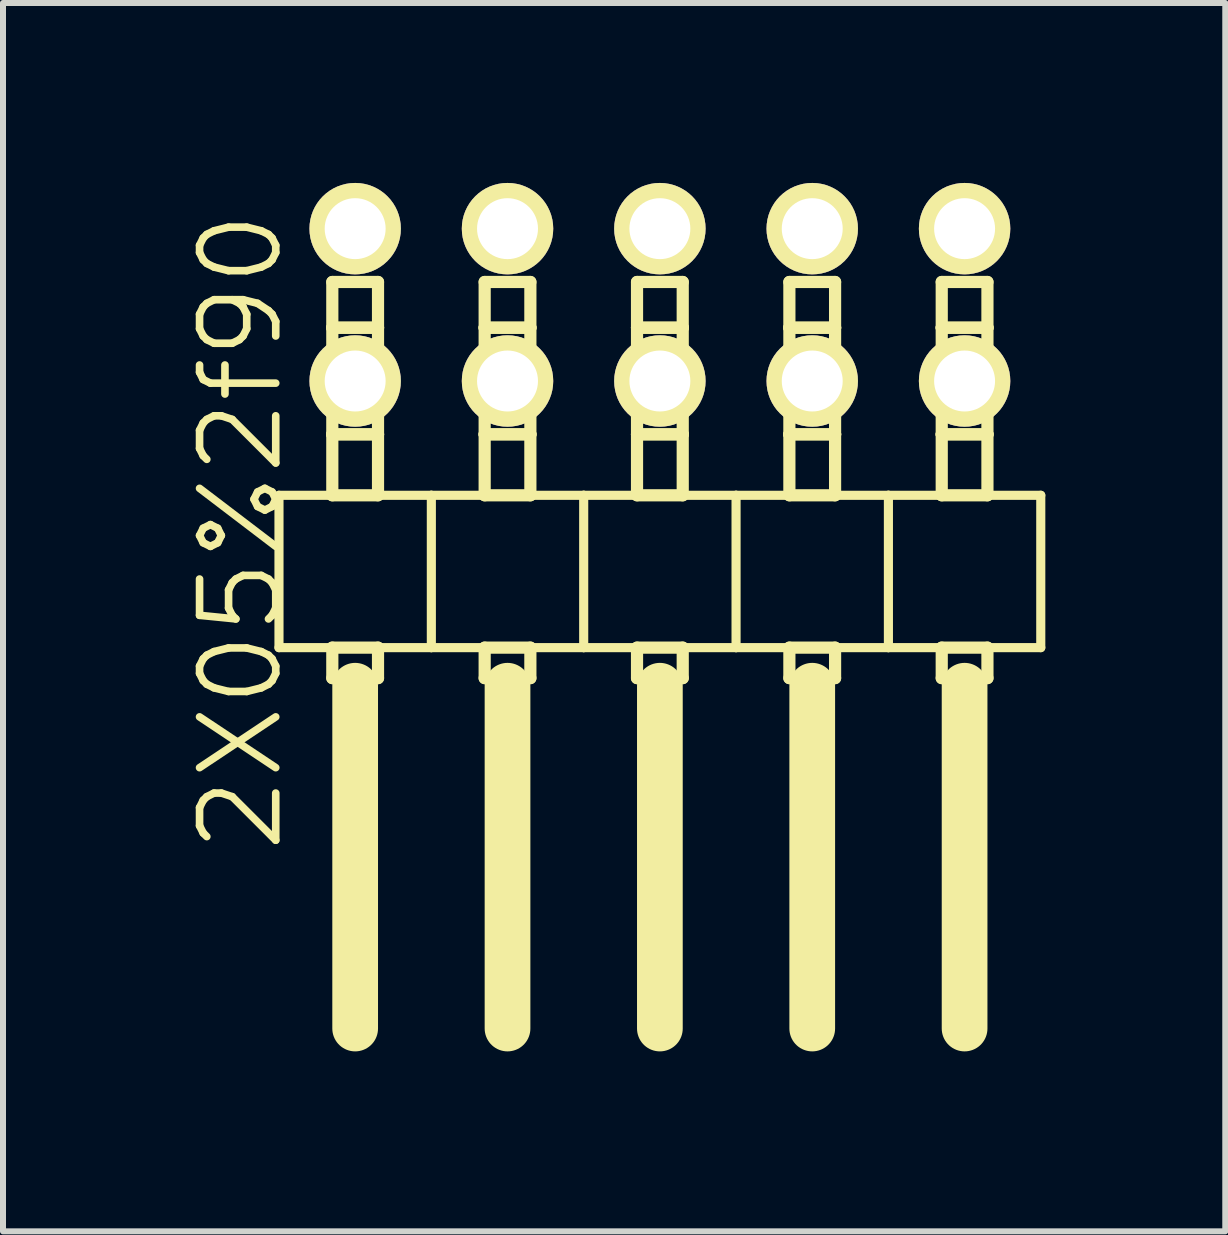
<source format=kicad_pcb>
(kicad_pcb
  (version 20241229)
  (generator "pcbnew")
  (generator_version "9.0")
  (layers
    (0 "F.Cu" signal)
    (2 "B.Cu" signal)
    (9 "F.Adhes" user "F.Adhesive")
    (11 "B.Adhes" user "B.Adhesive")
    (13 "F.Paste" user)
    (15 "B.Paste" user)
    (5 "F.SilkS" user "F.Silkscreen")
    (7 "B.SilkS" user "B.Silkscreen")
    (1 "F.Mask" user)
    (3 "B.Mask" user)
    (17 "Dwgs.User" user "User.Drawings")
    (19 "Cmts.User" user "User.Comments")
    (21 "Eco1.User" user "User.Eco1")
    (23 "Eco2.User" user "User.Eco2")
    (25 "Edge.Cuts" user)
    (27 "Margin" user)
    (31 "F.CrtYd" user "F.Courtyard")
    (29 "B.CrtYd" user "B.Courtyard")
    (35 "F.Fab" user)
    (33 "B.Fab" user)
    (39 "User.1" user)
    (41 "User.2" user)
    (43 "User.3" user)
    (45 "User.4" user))
  (footprint "2X05%2f90"
    (layer "F.Cu")
    (at 7.951 2.007)
    (property "Reference" "2X05%2f90" (at -6.985 3.81 90) (layer "F.SilkS") (effects (font (size 1.27 1.27) (thickness 0.127))))
    (attr exclude_from_pos_files exclude_from_bom)
    (fp_line (start -6.35 3.2) (end -6.35 5.74) (stroke (width 0.152) (type solid)) (layer "F.SilkS"))
    (fp_line (start -6.35 5.74) (end -3.81 5.74) (stroke (width 0.152) (type solid)) (layer "F.SilkS"))
    (fp_line (start -5.461 -0.356) (end -5.461 0.406) (stroke (width 0.203) (type solid)) (layer "F.SilkS"))
    (fp_line (start -5.461 0.406) (end -5.461 2.184) (stroke (width 0.203) (type solid)) (layer "F.SilkS"))
    (fp_line (start -5.461 2.184) (end -5.461 3.2) (stroke (width 0.203) (type solid)) (layer "F.SilkS"))
    (fp_line (start -5.461 5.74) (end -5.461 6.248) (stroke (width 0.203) (type solid)) (layer "F.SilkS"))
    (fp_line (start -5.08 12.09) (end -5.08 6.375) (stroke (width 0.762) (type solid)) (layer "F.SilkS"))
    (fp_line (start -4.699 -0.356) (end -5.461 -0.356) (stroke (width 0.203) (type solid)) (layer "F.SilkS"))
    (fp_line (start -4.699 -0.356) (end -4.699 0.406) (stroke (width 0.203) (type solid)) (layer "F.SilkS"))
    (fp_line (start -4.699 0.406) (end -5.461 0.406) (stroke (width 0.203) (type solid)) (layer "F.SilkS"))
    (fp_line (start -4.699 0.406) (end -5.461 0.406) (stroke (width 0.203) (type solid)) (layer "F.SilkS"))
    (fp_line (start -4.699 0.406) (end -4.699 2.184) (stroke (width 0.203) (type solid)) (layer "F.SilkS"))
    (fp_line (start -4.699 2.184) (end -5.461 2.184) (stroke (width 0.203) (type solid)) (layer "F.SilkS"))
    (fp_line (start -4.699 2.184) (end -5.461 2.184) (stroke (width 0.203) (type solid)) (layer "F.SilkS"))
    (fp_line (start -4.699 2.184) (end -4.699 3.2) (stroke (width 0.203) (type solid)) (layer "F.SilkS"))
    (fp_line (start -4.699 3.2) (end -5.461 3.2) (stroke (width 0.203) (type solid)) (layer "F.SilkS"))
    (fp_line (start -4.699 5.74) (end -5.461 5.74) (stroke (width 0.203) (type solid)) (layer "F.SilkS"))
    (fp_line (start -4.699 5.74) (end -4.699 6.248) (stroke (width 0.203) (type solid)) (layer "F.SilkS"))
    (fp_line (start -4.699 6.248) (end -5.461 6.248) (stroke (width 0.203) (type solid)) (layer "F.SilkS"))
    (fp_line (start -3.81 3.2) (end -6.35 3.2) (stroke (width 0.152) (type solid)) (layer "F.SilkS"))
    (fp_line (start -3.81 3.2) (end -3.81 5.74) (stroke (width 0.152) (type solid)) (layer "F.SilkS"))
    (fp_line (start -3.81 5.74) (end -1.27 5.74) (stroke (width 0.152) (type solid)) (layer "F.SilkS"))
    (fp_line (start -2.921 -0.356) (end -2.921 0.406) (stroke (width 0.203) (type solid)) (layer "F.SilkS"))
    (fp_line (start -2.921 0.406) (end -2.921 2.184) (stroke (width 0.203) (type solid)) (layer "F.SilkS"))
    (fp_line (start -2.921 2.184) (end -2.921 3.2) (stroke (width 0.203) (type solid)) (layer "F.SilkS"))
    (fp_line (start -2.921 5.74) (end -2.921 6.248) (stroke (width 0.203) (type solid)) (layer "F.SilkS"))
    (fp_line (start -2.54 12.09) (end -2.54 6.375) (stroke (width 0.762) (type solid)) (layer "F.SilkS"))
    (fp_line (start -2.159 -0.356) (end -2.921 -0.356) (stroke (width 0.203) (type solid)) (layer "F.SilkS"))
    (fp_line (start -2.159 -0.356) (end -2.159 0.406) (stroke (width 0.203) (type solid)) (layer "F.SilkS"))
    (fp_line (start -2.159 0.406) (end -2.921 0.406) (stroke (width 0.203) (type solid)) (layer "F.SilkS"))
    (fp_line (start -2.159 0.406) (end -2.921 0.406) (stroke (width 0.203) (type solid)) (layer "F.SilkS"))
    (fp_line (start -2.159 0.406) (end -2.159 2.184) (stroke (width 0.203) (type solid)) (layer "F.SilkS"))
    (fp_line (start -2.159 2.184) (end -2.921 2.184) (stroke (width 0.203) (type solid)) (layer "F.SilkS"))
    (fp_line (start -2.159 2.184) (end -2.921 2.184) (stroke (width 0.203) (type solid)) (layer "F.SilkS"))
    (fp_line (start -2.159 2.184) (end -2.159 3.2) (stroke (width 0.203) (type solid)) (layer "F.SilkS"))
    (fp_line (start -2.159 3.2) (end -2.921 3.2) (stroke (width 0.203) (type solid)) (layer "F.SilkS"))
    (fp_line (start -2.159 5.74) (end -2.921 5.74) (stroke (width 0.203) (type solid)) (layer "F.SilkS"))
    (fp_line (start -2.159 5.74) (end -2.159 6.248) (stroke (width 0.203) (type solid)) (layer "F.SilkS"))
    (fp_line (start -2.159 6.248) (end -2.921 6.248) (stroke (width 0.203) (type solid)) (layer "F.SilkS"))
    (fp_line (start -1.27 3.2) (end -3.81 3.2) (stroke (width 0.152) (type solid)) (layer "F.SilkS"))
    (fp_line (start -1.27 3.2) (end -1.27 5.74) (stroke (width 0.152) (type solid)) (layer "F.SilkS"))
    (fp_line (start -1.27 5.74) (end 1.27 5.74) (stroke (width 0.152) (type solid)) (layer "F.SilkS"))
    (fp_line (start -0.381 -0.356) (end -0.381 0.406) (stroke (width 0.203) (type solid)) (layer "F.SilkS"))
    (fp_line (start -0.381 0.406) (end -0.381 2.184) (stroke (width 0.203) (type solid)) (layer "F.SilkS"))
    (fp_line (start -0.381 2.184) (end -0.381 3.2) (stroke (width 0.203) (type solid)) (layer "F.SilkS"))
    (fp_line (start -0.381 5.74) (end -0.381 6.248) (stroke (width 0.203) (type solid)) (layer "F.SilkS"))
    (fp_line (start 0 12.09) (end 0 6.375) (stroke (width 0.762) (type solid)) (layer "F.SilkS"))
    (fp_line (start 0.381 -0.356) (end -0.381 -0.356) (stroke (width 0.203) (type solid)) (layer "F.SilkS"))
    (fp_line (start 0.381 -0.356) (end 0.381 0.406) (stroke (width 0.203) (type solid)) (layer "F.SilkS"))
    (fp_line (start 0.381 0.406) (end -0.381 0.406) (stroke (width 0.203) (type solid)) (layer "F.SilkS"))
    (fp_line (start 0.381 0.406) (end -0.381 0.406) (stroke (width 0.203) (type solid)) (layer "F.SilkS"))
    (fp_line (start 0.381 0.406) (end 0.381 2.184) (stroke (width 0.203) (type solid)) (layer "F.SilkS"))
    (fp_line (start 0.381 2.184) (end -0.381 2.184) (stroke (width 0.203) (type solid)) (layer "F.SilkS"))
    (fp_line (start 0.381 2.184) (end -0.381 2.184) (stroke (width 0.203) (type solid)) (layer "F.SilkS"))
    (fp_line (start 0.381 2.184) (end 0.381 3.2) (stroke (width 0.203) (type solid)) (layer "F.SilkS"))
    (fp_line (start 0.381 3.2) (end -0.381 3.2) (stroke (width 0.203) (type solid)) (layer "F.SilkS"))
    (fp_line (start 0.381 5.74) (end -0.381 5.74) (stroke (width 0.203) (type solid)) (layer "F.SilkS"))
    (fp_line (start 0.381 5.74) (end 0.381 6.248) (stroke (width 0.203) (type solid)) (layer "F.SilkS"))
    (fp_line (start 0.381 6.248) (end -0.381 6.248) (stroke (width 0.203) (type solid)) (layer "F.SilkS"))
    (fp_line (start 1.27 3.2) (end -1.27 3.2) (stroke (width 0.152) (type solid)) (layer "F.SilkS"))
    (fp_line (start 1.27 3.2) (end 1.27 5.74) (stroke (width 0.152) (type solid)) (layer "F.SilkS"))
    (fp_line (start 1.27 5.74) (end 3.81 5.74) (stroke (width 0.152) (type solid)) (layer "F.SilkS"))
    (fp_line (start 2.159 -0.356) (end 2.159 0.406) (stroke (width 0.203) (type solid)) (layer "F.SilkS"))
    (fp_line (start 2.159 0.406) (end 2.159 2.184) (stroke (width 0.203) (type solid)) (layer "F.SilkS"))
    (fp_line (start 2.159 2.184) (end 2.159 3.2) (stroke (width 0.203) (type solid)) (layer "F.SilkS"))
    (fp_line (start 2.159 5.74) (end 2.159 6.248) (stroke (width 0.203) (type solid)) (layer "F.SilkS"))
    (fp_line (start 2.54 12.09) (end 2.54 6.375) (stroke (width 0.762) (type solid)) (layer "F.SilkS"))
    (fp_line (start 2.921 -0.356) (end 2.159 -0.356) (stroke (width 0.203) (type solid)) (layer "F.SilkS"))
    (fp_line (start 2.921 -0.356) (end 2.921 0.406) (stroke (width 0.203) (type solid)) (layer "F.SilkS"))
    (fp_line (start 2.921 0.406) (end 2.159 0.406) (stroke (width 0.203) (type solid)) (layer "F.SilkS"))
    (fp_line (start 2.921 0.406) (end 2.159 0.406) (stroke (width 0.203) (type solid)) (layer "F.SilkS"))
    (fp_line (start 2.921 0.406) (end 2.921 2.184) (stroke (width 0.203) (type solid)) (layer "F.SilkS"))
    (fp_line (start 2.921 2.184) (end 2.159 2.184) (stroke (width 0.203) (type solid)) (layer "F.SilkS"))
    (fp_line (start 2.921 2.184) (end 2.159 2.184) (stroke (width 0.203) (type solid)) (layer "F.SilkS"))
    (fp_line (start 2.921 2.184) (end 2.921 3.2) (stroke (width 0.203) (type solid)) (layer "F.SilkS"))
    (fp_line (start 2.921 3.2) (end 2.159 3.2) (stroke (width 0.203) (type solid)) (layer "F.SilkS"))
    (fp_line (start 2.921 5.74) (end 2.159 5.74) (stroke (width 0.203) (type solid)) (layer "F.SilkS"))
    (fp_line (start 2.921 5.74) (end 2.921 6.248) (stroke (width 0.203) (type solid)) (layer "F.SilkS"))
    (fp_line (start 2.921 6.248) (end 2.159 6.248) (stroke (width 0.203) (type solid)) (layer "F.SilkS"))
    (fp_line (start 3.81 3.2) (end 1.27 3.2) (stroke (width 0.152) (type solid)) (layer "F.SilkS"))
    (fp_line (start 3.81 3.2) (end 3.81 5.74) (stroke (width 0.152) (type solid)) (layer "F.SilkS"))
    (fp_line (start 3.81 5.74) (end 6.35 5.74) (stroke (width 0.152) (type solid)) (layer "F.SilkS"))
    (fp_line (start 4.699 -0.356) (end 4.699 0.406) (stroke (width 0.203) (type solid)) (layer "F.SilkS"))
    (fp_line (start 4.699 0.406) (end 4.699 2.184) (stroke (width 0.203) (type solid)) (layer "F.SilkS"))
    (fp_line (start 4.699 2.184) (end 4.699 3.2) (stroke (width 0.203) (type solid)) (layer "F.SilkS"))
    (fp_line (start 4.699 5.74) (end 4.699 6.248) (stroke (width 0.203) (type solid)) (layer "F.SilkS"))
    (fp_line (start 5.08 12.09) (end 5.08 6.375) (stroke (width 0.762) (type solid)) (layer "F.SilkS"))
    (fp_line (start 5.461 -0.356) (end 4.699 -0.356) (stroke (width 0.203) (type solid)) (layer "F.SilkS"))
    (fp_line (start 5.461 -0.356) (end 5.461 0.406) (stroke (width 0.203) (type solid)) (layer "F.SilkS"))
    (fp_line (start 5.461 0.406) (end 4.699 0.406) (stroke (width 0.203) (type solid)) (layer "F.SilkS"))
    (fp_line (start 5.461 0.406) (end 4.699 0.406) (stroke (width 0.203) (type solid)) (layer "F.SilkS"))
    (fp_line (start 5.461 0.406) (end 5.461 2.184) (stroke (width 0.203) (type solid)) (layer "F.SilkS"))
    (fp_line (start 5.461 2.184) (end 4.699 2.184) (stroke (width 0.203) (type solid)) (layer "F.SilkS"))
    (fp_line (start 5.461 2.184) (end 4.699 2.184) (stroke (width 0.203) (type solid)) (layer "F.SilkS"))
    (fp_line (start 5.461 2.184) (end 5.461 3.2) (stroke (width 0.203) (type solid)) (layer "F.SilkS"))
    (fp_line (start 5.461 3.2) (end 4.699 3.2) (stroke (width 0.203) (type solid)) (layer "F.SilkS"))
    (fp_line (start 5.461 5.74) (end 4.699 5.74) (stroke (width 0.203) (type solid)) (layer "F.SilkS"))
    (fp_line (start 5.461 5.74) (end 5.461 6.248) (stroke (width 0.203) (type solid)) (layer "F.SilkS"))
    (fp_line (start 5.461 6.248) (end 4.699 6.248) (stroke (width 0.203) (type solid)) (layer "F.SilkS"))
    (fp_line (start 6.35 3.2) (end 3.81 3.2) (stroke (width 0.152) (type solid)) (layer "F.SilkS"))
    (fp_line (start 6.35 5.74) (end 6.35 3.2) (stroke (width 0.152) (type solid)) (layer "F.SilkS"))
    (pad "1" thru_hole circle (at 5.08 -1.245 180) (size 1.524 1.524) (drill 1.016) (layers "*.Cu" "*.Mask" "F.SilkS"))
    (pad "2" thru_hole circle (at 5.08 1.295 180) (size 1.524 1.524) (drill 1.016) (layers "*.Cu" "*.Mask" "F.SilkS"))
    (pad "3" thru_hole circle (at 2.54 -1.245 180) (size 1.524 1.524) (drill 1.016) (layers "*.Cu" "*.Mask" "F.SilkS"))
    (pad "4" thru_hole circle (at 2.54 1.295 180) (size 1.524 1.524) (drill 1.016) (layers "*.Cu" "*.Mask" "F.SilkS"))
    (pad "5" thru_hole circle (at 0 -1.245 180) (size 1.524 1.524) (drill 1.016) (layers "*.Cu" "*.Mask" "F.SilkS"))
    (pad "6" thru_hole circle (at 0 1.295 180) (size 1.524 1.524) (drill 1.016) (layers "*.Cu" "*.Mask" "F.SilkS"))
    (pad "7" thru_hole circle (at -2.54 -1.245 180) (size 1.524 1.524) (drill 1.016) (layers "*.Cu" "*.Mask" "F.SilkS"))
    (pad "8" thru_hole circle (at -2.54 1.295 180) (size 1.524 1.524) (drill 1.016) (layers "*.Cu" "*.Mask" "F.SilkS"))
    (pad "9" thru_hole circle (at -5.08 -1.245 180) (size 1.524 1.524) (drill 1.016) (layers "*.Cu" "*.Mask" "F.SilkS"))
    (pad "10" thru_hole circle (at -5.08 1.295 180) (size 1.524 1.524) (drill 1.016) (layers "*.Cu" "*.Mask" "F.SilkS")))
  (gr_rect
    (start -3 -3)
    (end 17.377 17.478)
    (stroke (width 0.1) (type default))
    (fill no)
    (layer "Edge.Cuts")))
</source>
